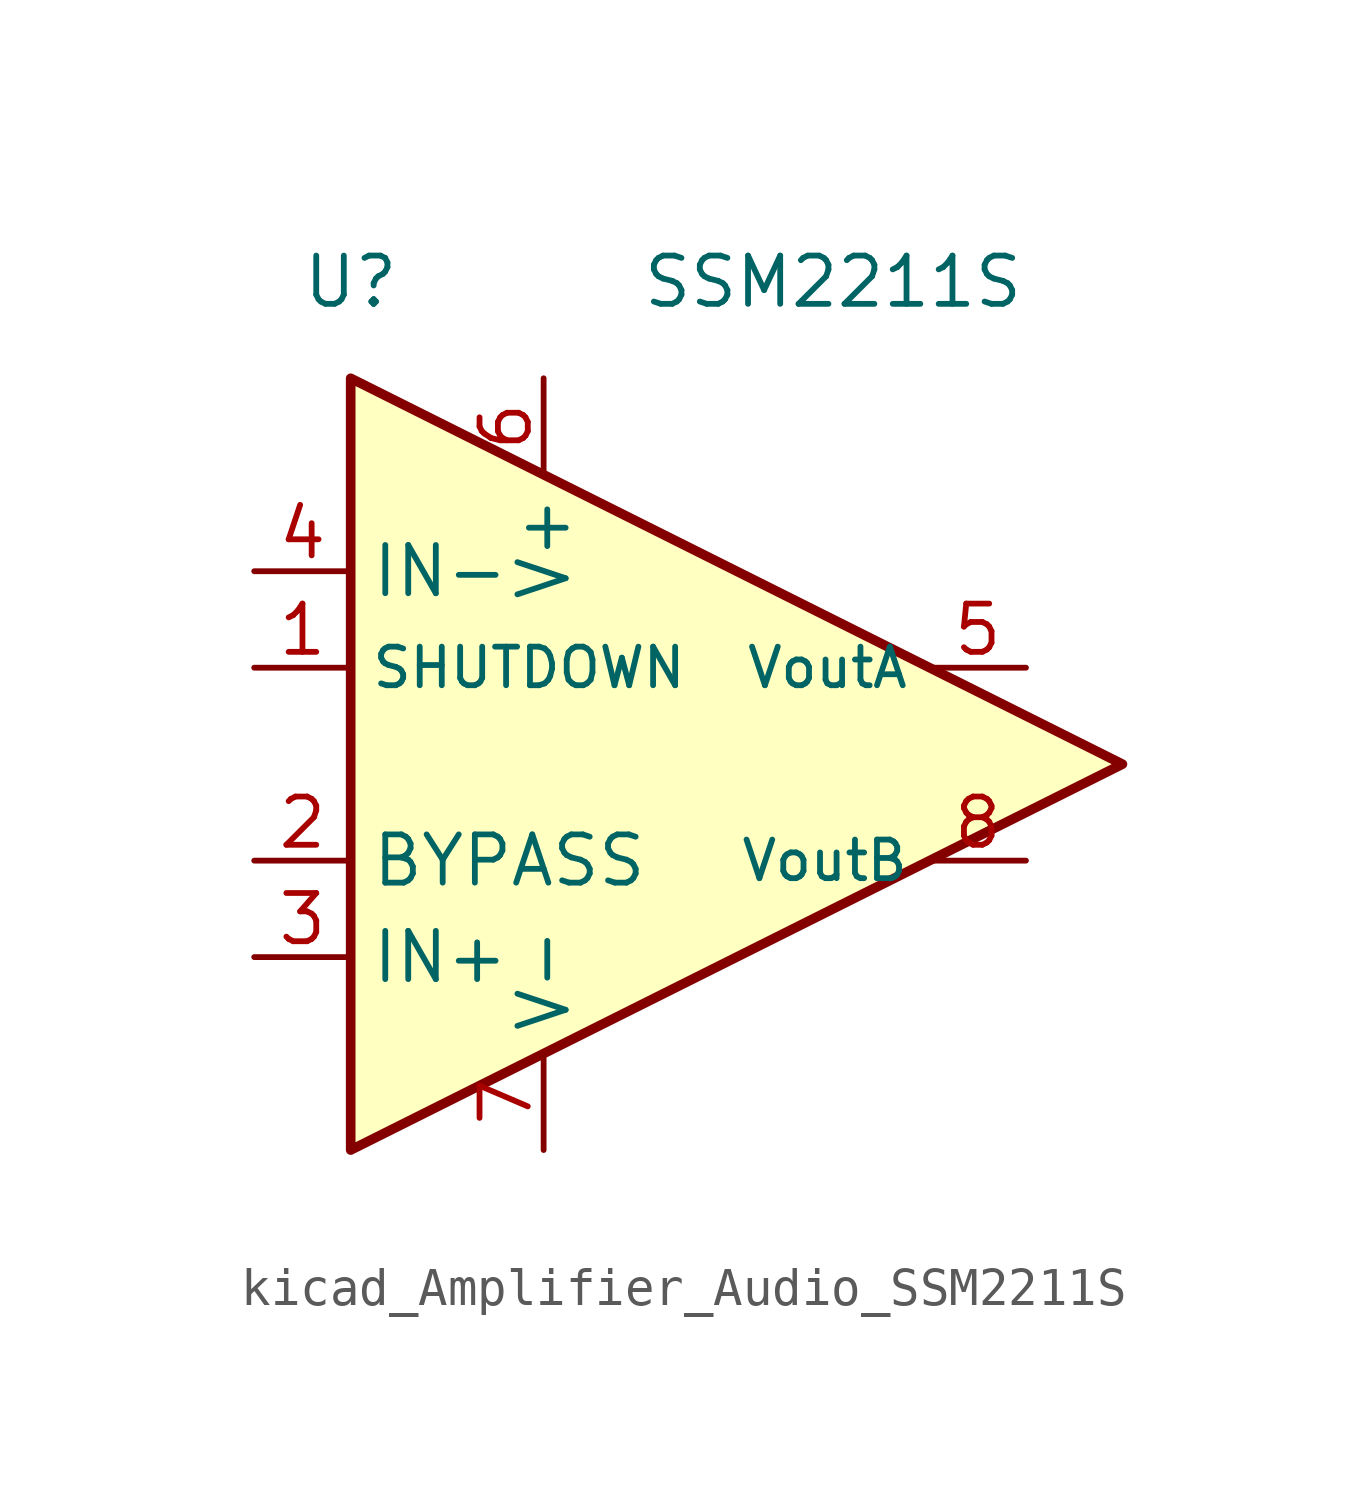
<source format=kicad_sym>
(kicad_symbol_lib
  (version 20220914)
  (generator kicad_symbol_editor)
  (symbol "kicad_Amplifier_Audio_SSM2211S"
    (property "Reference" "U"
      (at -7.62 12.7 0)
      (effects (font (size 1.27 1.27))))
    (property "Value" "SSM2211S"
      (at 5.08 12.7 0)
      (effects (font (size 1.27 1.27))))
    (symbol "kicad_Amplifier_Audio_SSM2211S_0_1"
      (polyline (pts (xy -7.62 10.16) (xy -7.62 -10.16) (xy 12.7 0) (xy -7.62 10.16)) (stroke (width 0.254) (type default)) (fill (type background))))
    (symbol "kicad_Amplifier_Audio_SSM2211S_1_1"
      (pin input line (at -10.16 2.54 0) (length 2.54) (name "SHUTDOWN" (effects (font (size 1.016 1.016)))) (number "1" (effects (font (size 1.27 1.27)))))
      (pin passive line (at -10.16 -2.54 0) (length 2.54) (name "BYPASS" (effects (font (size 1.27 1.27)))) (number "2" (effects (font (size 1.27 1.27)))))
      (pin input line (at -10.16 -5.08 0) (length 2.54) (name "IN+" (effects (font (size 1.27 1.27)))) (number "3" (effects (font (size 1.27 1.27)))))
      (pin input line (at -10.16 5.08 0) (length 2.54) (name "IN-" (effects (font (size 1.27 1.27)))) (number "4" (effects (font (size 1.27 1.27)))))
      (pin output line (at 10.16 2.54 180) (length 2.54) (name "VoutA" (effects (font (size 1.016 1.016)))) (number "5" (effects (font (size 1.27 1.27)))))
      (pin power_in line (at -2.54 10.16 270) (length 2.54) (name "V+" (effects (font (size 1.27 1.27)))) (number "6" (effects (font (size 1.27 1.27)))))
      (pin power_in line (at -2.54 -10.16 90) (length 2.54) (name "V-" (effects (font (size 1.27 1.27)))) (number "7" (effects (font (size 1.27 1.27)))))
      (pin output line (at 10.16 -2.54 180) (length 2.54) (name "VoutB" (effects (font (size 1.016 1.016)))) (number "8" (effects (font (size 1.27 1.27))))))))
</source>
